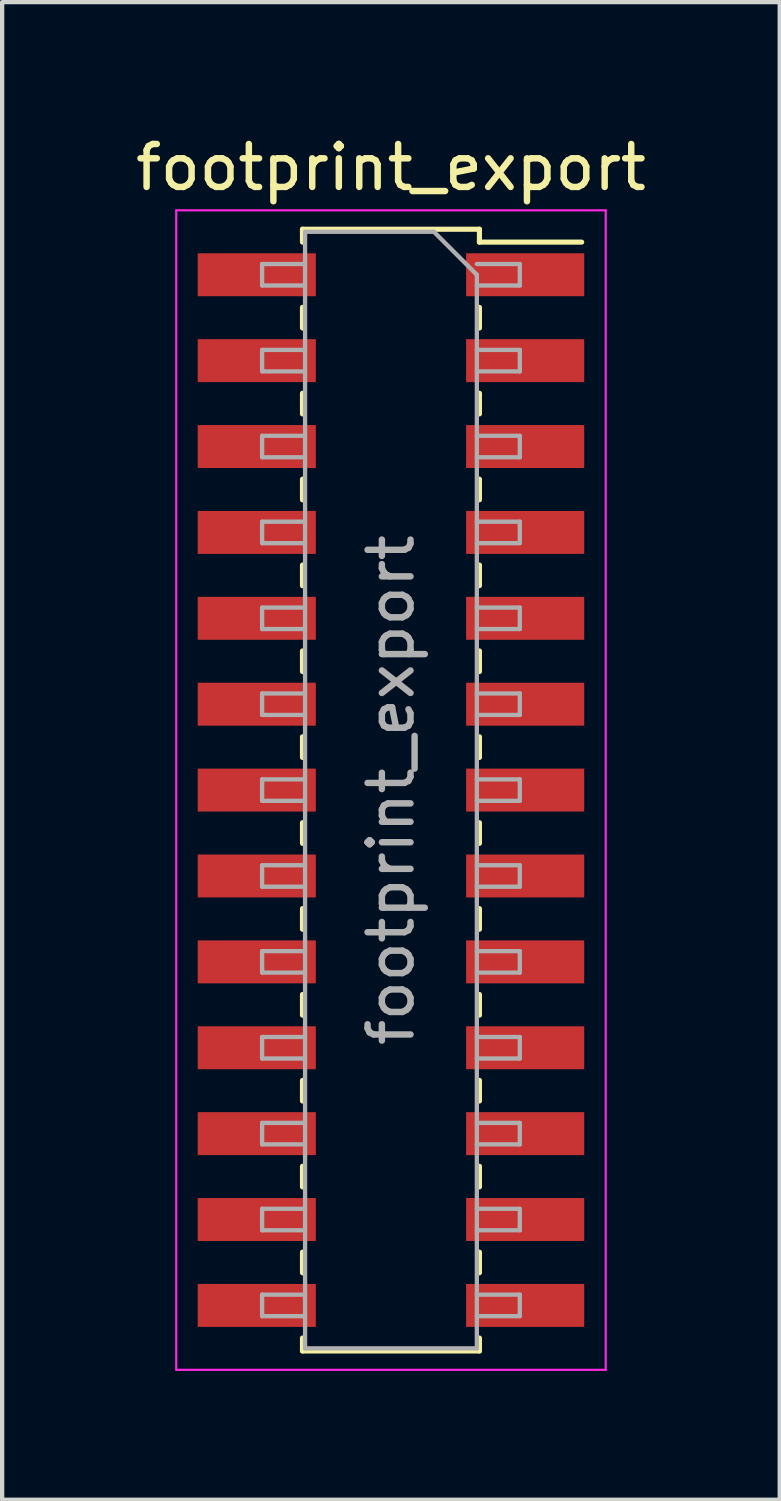
<source format=kicad_pcb>
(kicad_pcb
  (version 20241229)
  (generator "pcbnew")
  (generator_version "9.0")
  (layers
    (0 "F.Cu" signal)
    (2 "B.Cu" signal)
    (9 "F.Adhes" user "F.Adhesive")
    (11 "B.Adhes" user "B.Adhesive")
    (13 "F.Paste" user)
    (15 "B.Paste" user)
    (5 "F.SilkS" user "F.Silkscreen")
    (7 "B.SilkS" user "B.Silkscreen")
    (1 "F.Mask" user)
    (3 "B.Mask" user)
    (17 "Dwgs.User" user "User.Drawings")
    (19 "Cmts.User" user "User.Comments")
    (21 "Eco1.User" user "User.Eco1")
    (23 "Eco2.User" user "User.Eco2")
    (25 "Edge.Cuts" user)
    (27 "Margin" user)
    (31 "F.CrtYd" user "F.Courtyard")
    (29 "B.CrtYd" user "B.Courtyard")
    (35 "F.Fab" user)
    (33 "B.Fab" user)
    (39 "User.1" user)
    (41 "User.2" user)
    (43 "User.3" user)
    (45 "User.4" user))
  (footprint "footprint_export"
    (layer "F.Cu")
    (at 6.054 15.348)
    (property "Reference" "footprint_export" (at 0 -14.5 0) (layer "F.SilkS") (effects (font (size 1 1) (thickness 0.15))))
    (attr smd)
    (fp_line (start -2.06 -13.06) (end -2.06 -12.76) (stroke (width 0.12) (type solid)) (layer "F.SilkS"))
    (fp_line (start -2.06 -13.06) (end 2.06 -13.06) (stroke (width 0.12) (type solid)) (layer "F.SilkS"))
    (fp_line (start -2.06 -11.24) (end -2.06 -10.76) (stroke (width 0.12) (type solid)) (layer "F.SilkS"))
    (fp_line (start -2.06 -9.24) (end -2.06 -8.76) (stroke (width 0.12) (type solid)) (layer "F.SilkS"))
    (fp_line (start -2.06 -7.24) (end -2.06 -6.76) (stroke (width 0.12) (type solid)) (layer "F.SilkS"))
    (fp_line (start -2.06 -5.24) (end -2.06 -4.76) (stroke (width 0.12) (type solid)) (layer "F.SilkS"))
    (fp_line (start -2.06 -3.24) (end -2.06 -2.76) (stroke (width 0.12) (type solid)) (layer "F.SilkS"))
    (fp_line (start -2.06 -1.24) (end -2.06 -0.76) (stroke (width 0.12) (type solid)) (layer "F.SilkS"))
    (fp_line (start -2.06 0.76) (end -2.06 1.24) (stroke (width 0.12) (type solid)) (layer "F.SilkS"))
    (fp_line (start -2.06 2.76) (end -2.06 3.24) (stroke (width 0.12) (type solid)) (layer "F.SilkS"))
    (fp_line (start -2.06 4.76) (end -2.06 5.24) (stroke (width 0.12) (type solid)) (layer "F.SilkS"))
    (fp_line (start -2.06 6.76) (end -2.06 7.24) (stroke (width 0.12) (type solid)) (layer "F.SilkS"))
    (fp_line (start -2.06 8.76) (end -2.06 9.24) (stroke (width 0.12) (type solid)) (layer "F.SilkS"))
    (fp_line (start -2.06 10.76) (end -2.06 11.24) (stroke (width 0.12) (type solid)) (layer "F.SilkS"))
    (fp_line (start -2.06 12.76) (end -2.06 13.06) (stroke (width 0.12) (type solid)) (layer "F.SilkS"))
    (fp_line (start -2.06 13.06) (end 2.06 13.06) (stroke (width 0.12) (type solid)) (layer "F.SilkS"))
    (fp_line (start 2.06 -13.06) (end 2.06 -12.76) (stroke (width 0.12) (type solid)) (layer "F.SilkS"))
    (fp_line (start 2.06 -12.76) (end 4.44 -12.76) (stroke (width 0.12) (type solid)) (layer "F.SilkS"))
    (fp_line (start 2.06 -11.24) (end 2.06 -10.76) (stroke (width 0.12) (type solid)) (layer "F.SilkS"))
    (fp_line (start 2.06 -9.24) (end 2.06 -8.76) (stroke (width 0.12) (type solid)) (layer "F.SilkS"))
    (fp_line (start 2.06 -7.24) (end 2.06 -6.76) (stroke (width 0.12) (type solid)) (layer "F.SilkS"))
    (fp_line (start 2.06 -5.24) (end 2.06 -4.76) (stroke (width 0.12) (type solid)) (layer "F.SilkS"))
    (fp_line (start 2.06 -3.24) (end 2.06 -2.76) (stroke (width 0.12) (type solid)) (layer "F.SilkS"))
    (fp_line (start 2.06 -1.24) (end 2.06 -0.76) (stroke (width 0.12) (type solid)) (layer "F.SilkS"))
    (fp_line (start 2.06 0.76) (end 2.06 1.24) (stroke (width 0.12) (type solid)) (layer "F.SilkS"))
    (fp_line (start 2.06 2.76) (end 2.06 3.24) (stroke (width 0.12) (type solid)) (layer "F.SilkS"))
    (fp_line (start 2.06 4.76) (end 2.06 5.24) (stroke (width 0.12) (type solid)) (layer "F.SilkS"))
    (fp_line (start 2.06 6.76) (end 2.06 7.24) (stroke (width 0.12) (type solid)) (layer "F.SilkS"))
    (fp_line (start 2.06 8.76) (end 2.06 9.24) (stroke (width 0.12) (type solid)) (layer "F.SilkS"))
    (fp_line (start 2.06 10.76) (end 2.06 11.24) (stroke (width 0.12) (type solid)) (layer "F.SilkS"))
    (fp_line (start 2.06 12.76) (end 2.06 13.06) (stroke (width 0.12) (type solid)) (layer "F.SilkS"))
    (fp_line (start -5 -13.5) (end 5 -13.5) (stroke (width 0.05) (type solid)) (layer "F.CrtYd"))
    (fp_line (start -5 13.5) (end -5 -13.5) (stroke (width 0.05) (type solid)) (layer "F.CrtYd"))
    (fp_line (start 5 -13.5) (end 5 13.5) (stroke (width 0.05) (type solid)) (layer "F.CrtYd"))
    (fp_line (start 5 13.5) (end -5 13.5) (stroke (width 0.05) (type solid)) (layer "F.CrtYd"))
    (fp_line (start -3 -12.25) (end -2 -12.25) (stroke (width 0.1) (type solid)) (layer "F.Fab"))
    (fp_line (start -3 -11.75) (end -3 -12.25) (stroke (width 0.1) (type solid)) (layer "F.Fab"))
    (fp_line (start -3 -10.25) (end -2 -10.25) (stroke (width 0.1) (type solid)) (layer "F.Fab"))
    (fp_line (start -3 -9.75) (end -3 -10.25) (stroke (width 0.1) (type solid)) (layer "F.Fab"))
    (fp_line (start -3 -8.25) (end -2 -8.25) (stroke (width 0.1) (type solid)) (layer "F.Fab"))
    (fp_line (start -3 -7.75) (end -3 -8.25) (stroke (width 0.1) (type solid)) (layer "F.Fab"))
    (fp_line (start -3 -6.25) (end -2 -6.25) (stroke (width 0.1) (type solid)) (layer "F.Fab"))
    (fp_line (start -3 -5.75) (end -3 -6.25) (stroke (width 0.1) (type solid)) (layer "F.Fab"))
    (fp_line (start -3 -4.25) (end -2 -4.25) (stroke (width 0.1) (type solid)) (layer "F.Fab"))
    (fp_line (start -3 -3.75) (end -3 -4.25) (stroke (width 0.1) (type solid)) (layer "F.Fab"))
    (fp_line (start -3 -2.25) (end -2 -2.25) (stroke (width 0.1) (type solid)) (layer "F.Fab"))
    (fp_line (start -3 -1.75) (end -3 -2.25) (stroke (width 0.1) (type solid)) (layer "F.Fab"))
    (fp_line (start -3 -0.25) (end -2 -0.25) (stroke (width 0.1) (type solid)) (layer "F.Fab"))
    (fp_line (start -3 0.25) (end -3 -0.25) (stroke (width 0.1) (type solid)) (layer "F.Fab"))
    (fp_line (start -3 1.75) (end -2 1.75) (stroke (width 0.1) (type solid)) (layer "F.Fab"))
    (fp_line (start -3 2.25) (end -3 1.75) (stroke (width 0.1) (type solid)) (layer "F.Fab"))
    (fp_line (start -3 3.75) (end -2 3.75) (stroke (width 0.1) (type solid)) (layer "F.Fab"))
    (fp_line (start -3 4.25) (end -3 3.75) (stroke (width 0.1) (type solid)) (layer "F.Fab"))
    (fp_line (start -3 5.75) (end -2 5.75) (stroke (width 0.1) (type solid)) (layer "F.Fab"))
    (fp_line (start -3 6.25) (end -3 5.75) (stroke (width 0.1) (type solid)) (layer "F.Fab"))
    (fp_line (start -3 7.75) (end -2 7.75) (stroke (width 0.1) (type solid)) (layer "F.Fab"))
    (fp_line (start -3 8.25) (end -3 7.75) (stroke (width 0.1) (type solid)) (layer "F.Fab"))
    (fp_line (start -3 9.75) (end -2 9.75) (stroke (width 0.1) (type solid)) (layer "F.Fab"))
    (fp_line (start -3 10.25) (end -3 9.75) (stroke (width 0.1) (type solid)) (layer "F.Fab"))
    (fp_line (start -3 11.75) (end -2 11.75) (stroke (width 0.1) (type solid)) (layer "F.Fab"))
    (fp_line (start -3 12.25) (end -3 11.75) (stroke (width 0.1) (type solid)) (layer "F.Fab"))
    (fp_line (start -2 -13) (end 1 -13) (stroke (width 0.1) (type solid)) (layer "F.Fab"))
    (fp_line (start -2 -11.75) (end -3 -11.75) (stroke (width 0.1) (type solid)) (layer "F.Fab"))
    (fp_line (start -2 -9.75) (end -3 -9.75) (stroke (width 0.1) (type solid)) (layer "F.Fab"))
    (fp_line (start -2 -7.75) (end -3 -7.75) (stroke (width 0.1) (type solid)) (layer "F.Fab"))
    (fp_line (start -2 -5.75) (end -3 -5.75) (stroke (width 0.1) (type solid)) (layer "F.Fab"))
    (fp_line (start -2 -3.75) (end -3 -3.75) (stroke (width 0.1) (type solid)) (layer "F.Fab"))
    (fp_line (start -2 -1.75) (end -3 -1.75) (stroke (width 0.1) (type solid)) (layer "F.Fab"))
    (fp_line (start -2 0.25) (end -3 0.25) (stroke (width 0.1) (type solid)) (layer "F.Fab"))
    (fp_line (start -2 2.25) (end -3 2.25) (stroke (width 0.1) (type solid)) (layer "F.Fab"))
    (fp_line (start -2 4.25) (end -3 4.25) (stroke (width 0.1) (type solid)) (layer "F.Fab"))
    (fp_line (start -2 6.25) (end -3 6.25) (stroke (width 0.1) (type solid)) (layer "F.Fab"))
    (fp_line (start -2 8.25) (end -3 8.25) (stroke (width 0.1) (type solid)) (layer "F.Fab"))
    (fp_line (start -2 10.25) (end -3 10.25) (stroke (width 0.1) (type solid)) (layer "F.Fab"))
    (fp_line (start -2 12.25) (end -3 12.25) (stroke (width 0.1) (type solid)) (layer "F.Fab"))
    (fp_line (start -2 13) (end -2 -13) (stroke (width 0.1) (type solid)) (layer "F.Fab"))
    (fp_line (start 1 -13) (end 2 -12) (stroke (width 0.1) (type solid)) (layer "F.Fab"))
    (fp_line (start 2 -12.25) (end 3 -12.25) (stroke (width 0.1) (type solid)) (layer "F.Fab"))
    (fp_line (start 2 -12) (end 2 13) (stroke (width 0.1) (type solid)) (layer "F.Fab"))
    (fp_line (start 2 -10.25) (end 3 -10.25) (stroke (width 0.1) (type solid)) (layer "F.Fab"))
    (fp_line (start 2 -8.25) (end 3 -8.25) (stroke (width 0.1) (type solid)) (layer "F.Fab"))
    (fp_line (start 2 -6.25) (end 3 -6.25) (stroke (width 0.1) (type solid)) (layer "F.Fab"))
    (fp_line (start 2 -4.25) (end 3 -4.25) (stroke (width 0.1) (type solid)) (layer "F.Fab"))
    (fp_line (start 2 -2.25) (end 3 -2.25) (stroke (width 0.1) (type solid)) (layer "F.Fab"))
    (fp_line (start 2 -0.25) (end 3 -0.25) (stroke (width 0.1) (type solid)) (layer "F.Fab"))
    (fp_line (start 2 1.75) (end 3 1.75) (stroke (width 0.1) (type solid)) (layer "F.Fab"))
    (fp_line (start 2 3.75) (end 3 3.75) (stroke (width 0.1) (type solid)) (layer "F.Fab"))
    (fp_line (start 2 5.75) (end 3 5.75) (stroke (width 0.1) (type solid)) (layer "F.Fab"))
    (fp_line (start 2 7.75) (end 3 7.75) (stroke (width 0.1) (type solid)) (layer "F.Fab"))
    (fp_line (start 2 9.75) (end 3 9.75) (stroke (width 0.1) (type solid)) (layer "F.Fab"))
    (fp_line (start 2 11.75) (end 3 11.75) (stroke (width 0.1) (type solid)) (layer "F.Fab"))
    (fp_line (start 2 13) (end -2 13) (stroke (width 0.1) (type solid)) (layer "F.Fab"))
    (fp_line (start 3 -12.25) (end 3 -11.75) (stroke (width 0.1) (type solid)) (layer "F.Fab"))
    (fp_line (start 3 -11.75) (end 2 -11.75) (stroke (width 0.1) (type solid)) (layer "F.Fab"))
    (fp_line (start 3 -10.25) (end 3 -9.75) (stroke (width 0.1) (type solid)) (layer "F.Fab"))
    (fp_line (start 3 -9.75) (end 2 -9.75) (stroke (width 0.1) (type solid)) (layer "F.Fab"))
    (fp_line (start 3 -8.25) (end 3 -7.75) (stroke (width 0.1) (type solid)) (layer "F.Fab"))
    (fp_line (start 3 -7.75) (end 2 -7.75) (stroke (width 0.1) (type solid)) (layer "F.Fab"))
    (fp_line (start 3 -6.25) (end 3 -5.75) (stroke (width 0.1) (type solid)) (layer "F.Fab"))
    (fp_line (start 3 -5.75) (end 2 -5.75) (stroke (width 0.1) (type solid)) (layer "F.Fab"))
    (fp_line (start 3 -4.25) (end 3 -3.75) (stroke (width 0.1) (type solid)) (layer "F.Fab"))
    (fp_line (start 3 -3.75) (end 2 -3.75) (stroke (width 0.1) (type solid)) (layer "F.Fab"))
    (fp_line (start 3 -2.25) (end 3 -1.75) (stroke (width 0.1) (type solid)) (layer "F.Fab"))
    (fp_line (start 3 -1.75) (end 2 -1.75) (stroke (width 0.1) (type solid)) (layer "F.Fab"))
    (fp_line (start 3 -0.25) (end 3 0.25) (stroke (width 0.1) (type solid)) (layer "F.Fab"))
    (fp_line (start 3 0.25) (end 2 0.25) (stroke (width 0.1) (type solid)) (layer "F.Fab"))
    (fp_line (start 3 1.75) (end 3 2.25) (stroke (width 0.1) (type solid)) (layer "F.Fab"))
    (fp_line (start 3 2.25) (end 2 2.25) (stroke (width 0.1) (type solid)) (layer "F.Fab"))
    (fp_line (start 3 3.75) (end 3 4.25) (stroke (width 0.1) (type solid)) (layer "F.Fab"))
    (fp_line (start 3 4.25) (end 2 4.25) (stroke (width 0.1) (type solid)) (layer "F.Fab"))
    (fp_line (start 3 5.75) (end 3 6.25) (stroke (width 0.1) (type solid)) (layer "F.Fab"))
    (fp_line (start 3 6.25) (end 2 6.25) (stroke (width 0.1) (type solid)) (layer "F.Fab"))
    (fp_line (start 3 7.75) (end 3 8.25) (stroke (width 0.1) (type solid)) (layer "F.Fab"))
    (fp_line (start 3 8.25) (end 2 8.25) (stroke (width 0.1) (type solid)) (layer "F.Fab"))
    (fp_line (start 3 9.75) (end 3 10.25) (stroke (width 0.1) (type solid)) (layer "F.Fab"))
    (fp_line (start 3 10.25) (end 2 10.25) (stroke (width 0.1) (type solid)) (layer "F.Fab"))
    (fp_line (start 3 11.75) (end 3 12.25) (stroke (width 0.1) (type solid)) (layer "F.Fab"))
    (fp_line (start 3 12.25) (end 2 12.25) (stroke (width 0.1) (type solid)) (layer "F.Fab"))
    (fp_text user "${REFERENCE}" (at 0 0 90) (layer "F.Fab") (effects (font (size 1 1) (thickness 0.15))))
    (pad "1" smd rect (at 3.125 -12) (size 2.75 1) (layers "F.Cu" "F.Mask" "F.Paste"))
    (pad "2" smd rect (at -3.125 -12) (size 2.75 1) (layers "F.Cu" "F.Mask" "F.Paste"))
    (pad "3" smd rect (at 3.125 -10) (size 2.75 1) (layers "F.Cu" "F.Mask" "F.Paste"))
    (pad "4" smd rect (at -3.125 -10) (size 2.75 1) (layers "F.Cu" "F.Mask" "F.Paste"))
    (pad "5" smd rect (at 3.125 -8) (size 2.75 1) (layers "F.Cu" "F.Mask" "F.Paste"))
    (pad "6" smd rect (at -3.125 -8) (size 2.75 1) (layers "F.Cu" "F.Mask" "F.Paste"))
    (pad "7" smd rect (at 3.125 -6) (size 2.75 1) (layers "F.Cu" "F.Mask" "F.Paste"))
    (pad "8" smd rect (at -3.125 -6) (size 2.75 1) (layers "F.Cu" "F.Mask" "F.Paste"))
    (pad "9" smd rect (at 3.125 -4) (size 2.75 1) (layers "F.Cu" "F.Mask" "F.Paste"))
    (pad "10" smd rect (at -3.125 -4) (size 2.75 1) (layers "F.Cu" "F.Mask" "F.Paste"))
    (pad "11" smd rect (at 3.125 -2) (size 2.75 1) (layers "F.Cu" "F.Mask" "F.Paste"))
    (pad "12" smd rect (at -3.125 -2) (size 2.75 1) (layers "F.Cu" "F.Mask" "F.Paste"))
    (pad "13" smd rect (at 3.125 0) (size 2.75 1) (layers "F.Cu" "F.Mask" "F.Paste"))
    (pad "14" smd rect (at -3.125 0) (size 2.75 1) (layers "F.Cu" "F.Mask" "F.Paste"))
    (pad "15" smd rect (at 3.125 2) (size 2.75 1) (layers "F.Cu" "F.Mask" "F.Paste"))
    (pad "16" smd rect (at -3.125 2) (size 2.75 1) (layers "F.Cu" "F.Mask" "F.Paste"))
    (pad "17" smd rect (at 3.125 4) (size 2.75 1) (layers "F.Cu" "F.Mask" "F.Paste"))
    (pad "18" smd rect (at -3.125 4) (size 2.75 1) (layers "F.Cu" "F.Mask" "F.Paste"))
    (pad "19" smd rect (at 3.125 6) (size 2.75 1) (layers "F.Cu" "F.Mask" "F.Paste"))
    (pad "20" smd rect (at -3.125 6) (size 2.75 1) (layers "F.Cu" "F.Mask" "F.Paste"))
    (pad "21" smd rect (at 3.125 8) (size 2.75 1) (layers "F.Cu" "F.Mask" "F.Paste"))
    (pad "22" smd rect (at -3.125 8) (size 2.75 1) (layers "F.Cu" "F.Mask" "F.Paste"))
    (pad "23" smd rect (at 3.125 10) (size 2.75 1) (layers "F.Cu" "F.Mask" "F.Paste"))
    (pad "24" smd rect (at -3.125 10) (size 2.75 1) (layers "F.Cu" "F.Mask" "F.Paste"))
    (pad "25" smd rect (at 3.125 12) (size 2.75 1) (layers "F.Cu" "F.Mask" "F.Paste"))
    (pad "26" smd rect (at -3.125 12) (size 2.75 1) (layers "F.Cu" "F.Mask" "F.Paste")))
  (gr_rect
    (start -3 -3)
    (end 15.107 31.873)
    (stroke (width 0.1) (type default))
    (fill no)
    (layer "Edge.Cuts")))
</source>
